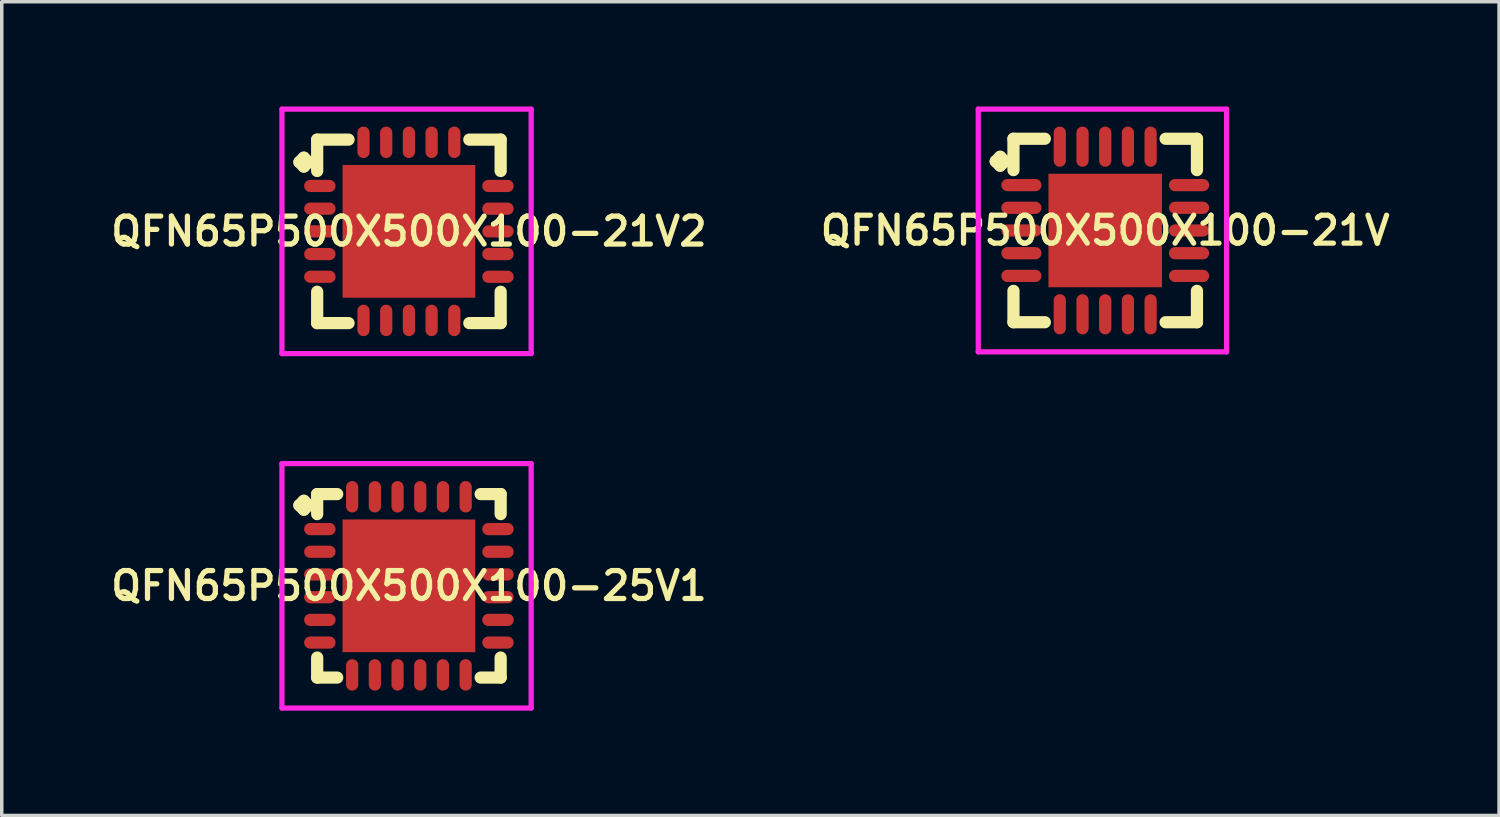
<source format=kicad_pcb>
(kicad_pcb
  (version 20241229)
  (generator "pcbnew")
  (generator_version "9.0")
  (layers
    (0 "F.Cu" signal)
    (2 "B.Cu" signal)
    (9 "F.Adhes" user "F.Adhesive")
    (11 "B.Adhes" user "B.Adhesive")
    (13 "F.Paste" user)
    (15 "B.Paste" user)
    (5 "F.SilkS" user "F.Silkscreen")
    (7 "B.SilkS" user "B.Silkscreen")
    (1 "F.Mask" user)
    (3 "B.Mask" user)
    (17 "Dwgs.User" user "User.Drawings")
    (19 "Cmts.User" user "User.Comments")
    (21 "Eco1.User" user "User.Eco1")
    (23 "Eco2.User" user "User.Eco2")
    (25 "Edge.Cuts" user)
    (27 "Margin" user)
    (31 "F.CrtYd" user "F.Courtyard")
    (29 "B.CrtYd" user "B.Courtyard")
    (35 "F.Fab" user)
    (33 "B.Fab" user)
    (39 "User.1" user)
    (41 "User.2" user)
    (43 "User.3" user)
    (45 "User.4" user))
  (footprint "QFN65P500X500X100-21V2"
    (layer "F.Cu")
    (at 8.659 3.575)
    (property "Reference" "QFN65P500X500X100-21V2" (at 0 0 0) (layer "F.SilkS") (effects (font (size 0.8 0.8) (thickness 0.15))))
    (attr smd)
    (fp_line (start -3.135 -1.983) (end -3.008 -2.11) (stroke (width 0.35) (type solid)) (layer "F.SilkS"))
    (fp_line (start -3.008 -2.11) (end -2.881 -1.983) (stroke (width 0.35) (type solid)) (layer "F.SilkS"))
    (fp_line (start -3.008 -1.856) (end -3.135 -1.983) (stroke (width 0.35) (type solid)) (layer "F.SilkS"))
    (fp_line (start -2.881 -1.983) (end -3.008 -1.856) (stroke (width 0.35) (type solid)) (layer "F.SilkS"))
    (fp_line (start -2.627 -2.627) (end -1.729 -2.627) (stroke (width 0.35) (type solid)) (layer "F.SilkS"))
    (fp_line (start -2.627 -1.729) (end -2.627 -2.627) (stroke (width 0.35) (type solid)) (layer "F.SilkS"))
    (fp_line (start -2.627 1.729) (end -2.627 2.627) (stroke (width 0.35) (type solid)) (layer "F.SilkS"))
    (fp_line (start -2.627 2.627) (end -1.729 2.627) (stroke (width 0.35) (type solid)) (layer "F.SilkS"))
    (fp_line (start 1.729 -2.627) (end 2.627 -2.627) (stroke (width 0.35) (type solid)) (layer "F.SilkS"))
    (fp_line (start 1.729 2.627) (end 2.627 2.627) (stroke (width 0.35) (type solid)) (layer "F.SilkS"))
    (fp_line (start 2.627 -2.627) (end 2.627 -1.729) (stroke (width 0.35) (type solid)) (layer "F.SilkS"))
    (fp_line (start 2.627 2.627) (end 2.627 1.729) (stroke (width 0.35) (type solid)) (layer "F.SilkS"))
    (fp_line (start -3.635 -3.5) (end 3.5 -3.5) (stroke (width 0.15) (type solid)) (layer "F.CrtYd"))
    (fp_line (start -3.635 3.5) (end -3.635 -3.5) (stroke (width 0.15) (type solid)) (layer "F.CrtYd"))
    (fp_line (start 3.5 -3.5) (end 3.5 3.5) (stroke (width 0.15) (type solid)) (layer "F.CrtYd"))
    (fp_line (start 3.5 3.5) (end -3.635 3.5) (stroke (width 0.15) (type solid)) (layer "F.CrtYd"))
    (pad "1" smd oval (at -2.55 -1.3) (size 0.9 0.35) (layers "F.Cu" "F.Mask" "F.Paste"))
    (pad "2" smd oval (at -2.55 -0.65) (size 0.9 0.35) (layers "F.Cu" "F.Mask" "F.Paste"))
    (pad "3" smd oval (at -2.55 0) (size 0.9 0.35) (layers "F.Cu" "F.Mask" "F.Paste"))
    (pad "4" smd oval (at -2.55 0.65) (size 0.9 0.35) (layers "F.Cu" "F.Mask" "F.Paste"))
    (pad "5" smd oval (at -2.55 1.3) (size 0.9 0.35) (layers "F.Cu" "F.Mask" "F.Paste"))
    (pad "6" smd oval (at -1.3 2.55) (size 0.35 0.9) (layers "F.Cu" "F.Mask" "F.Paste"))
    (pad "7" smd oval (at -0.65 2.55) (size 0.35 0.9) (layers "F.Cu" "F.Mask" "F.Paste"))
    (pad "8" smd oval (at 0 2.55) (size 0.35 0.9) (layers "F.Cu" "F.Mask" "F.Paste"))
    (pad "9" smd oval (at 0.65 2.55) (size 0.35 0.9) (layers "F.Cu" "F.Mask" "F.Paste"))
    (pad "10" smd oval (at 1.3 2.55) (size 0.35 0.9) (layers "F.Cu" "F.Mask" "F.Paste"))
    (pad "11" smd oval (at 2.55 1.3) (size 0.9 0.35) (layers "F.Cu" "F.Mask" "F.Paste"))
    (pad "12" smd oval (at 2.55 0.65) (size 0.9 0.35) (layers "F.Cu" "F.Mask" "F.Paste"))
    (pad "13" smd oval (at 2.55 0) (size 0.9 0.35) (layers "F.Cu" "F.Mask" "F.Paste"))
    (pad "14" smd oval (at 2.55 -0.65) (size 0.9 0.35) (layers "F.Cu" "F.Mask" "F.Paste"))
    (pad "15" smd oval (at 2.55 -1.3) (size 0.9 0.35) (layers "F.Cu" "F.Mask" "F.Paste"))
    (pad "16" smd oval (at 1.3 -2.55) (size 0.35 0.9) (layers "F.Cu" "F.Mask" "F.Paste"))
    (pad "17" smd oval (at 0.65 -2.55) (size 0.35 0.9) (layers "F.Cu" "F.Mask" "F.Paste"))
    (pad "18" smd oval (at 0 -2.55) (size 0.35 0.9) (layers "F.Cu" "F.Mask" "F.Paste"))
    (pad "19" smd oval (at -0.65 -2.55) (size 0.35 0.9) (layers "F.Cu" "F.Mask" "F.Paste"))
    (pad "20" smd oval (at -1.3 -2.55) (size 0.35 0.9) (layers "F.Cu" "F.Mask" "F.Paste"))
    (pad "21" smd rect (at 0 0) (size 3.8 3.8) (layers "F.Cu" "F.Mask" "F.Paste")))
  (footprint "QFN65P500X500X100-21V"
    (layer "F.Cu")
    (at 28.597 3.55)
    (property "Reference" "QFN65P500X500X100-21V" (at 0 0 0) (layer "F.SilkS") (effects (font (size 0.8 0.8) (thickness 0.15))))
    (attr smd)
    (fp_line (start -3.135 -1.983) (end -3.008 -2.11) (stroke (width 0.35) (type solid)) (layer "F.SilkS"))
    (fp_line (start -3.008 -2.11) (end -2.881 -1.983) (stroke (width 0.35) (type solid)) (layer "F.SilkS"))
    (fp_line (start -3.008 -1.856) (end -3.135 -1.983) (stroke (width 0.35) (type solid)) (layer "F.SilkS"))
    (fp_line (start -2.881 -1.983) (end -3.008 -1.856) (stroke (width 0.35) (type solid)) (layer "F.SilkS"))
    (fp_line (start -2.627 -2.627) (end -1.729 -2.627) (stroke (width 0.35) (type solid)) (layer "F.SilkS"))
    (fp_line (start -2.627 -1.729) (end -2.627 -2.627) (stroke (width 0.35) (type solid)) (layer "F.SilkS"))
    (fp_line (start -2.627 1.729) (end -2.627 2.627) (stroke (width 0.35) (type solid)) (layer "F.SilkS"))
    (fp_line (start -2.627 2.627) (end -1.729 2.627) (stroke (width 0.35) (type solid)) (layer "F.SilkS"))
    (fp_line (start 1.729 -2.627) (end 2.627 -2.627) (stroke (width 0.35) (type solid)) (layer "F.SilkS"))
    (fp_line (start 1.729 2.627) (end 2.627 2.627) (stroke (width 0.35) (type solid)) (layer "F.SilkS"))
    (fp_line (start 2.627 -2.627) (end 2.627 -1.729) (stroke (width 0.35) (type solid)) (layer "F.SilkS"))
    (fp_line (start 2.627 2.627) (end 2.627 1.729) (stroke (width 0.35) (type solid)) (layer "F.SilkS"))
    (fp_line (start -3.635 -3.475) (end 3.475 -3.475) (stroke (width 0.15) (type solid)) (layer "F.CrtYd"))
    (fp_line (start -3.635 3.475) (end -3.635 -3.475) (stroke (width 0.15) (type solid)) (layer "F.CrtYd"))
    (fp_line (start 3.475 -3.475) (end 3.475 3.475) (stroke (width 0.15) (type solid)) (layer "F.CrtYd"))
    (fp_line (start 3.475 3.475) (end -3.635 3.475) (stroke (width 0.15) (type solid)) (layer "F.CrtYd"))
    (pad "1" smd oval (at -2.4 -1.3) (size 1.15 0.35) (layers "F.Cu" "F.Mask" "F.Paste"))
    (pad "2" smd oval (at -2.4 -0.65) (size 1.15 0.35) (layers "F.Cu" "F.Mask" "F.Paste"))
    (pad "3" smd oval (at -2.4 0) (size 1.15 0.35) (layers "F.Cu" "F.Mask" "F.Paste"))
    (pad "4" smd oval (at -2.4 0.65) (size 1.15 0.35) (layers "F.Cu" "F.Mask" "F.Paste"))
    (pad "5" smd oval (at -2.4 1.3) (size 1.15 0.35) (layers "F.Cu" "F.Mask" "F.Paste"))
    (pad "6" smd oval (at -1.3 2.4) (size 0.35 1.15) (layers "F.Cu" "F.Mask" "F.Paste"))
    (pad "7" smd oval (at -0.65 2.4) (size 0.35 1.15) (layers "F.Cu" "F.Mask" "F.Paste"))
    (pad "8" smd oval (at 0 2.4) (size 0.35 1.15) (layers "F.Cu" "F.Mask" "F.Paste"))
    (pad "9" smd oval (at 0.65 2.4) (size 0.35 1.15) (layers "F.Cu" "F.Mask" "F.Paste"))
    (pad "10" smd oval (at 1.3 2.4) (size 0.35 1.15) (layers "F.Cu" "F.Mask" "F.Paste"))
    (pad "11" smd oval (at 2.4 1.3) (size 1.15 0.35) (layers "F.Cu" "F.Mask" "F.Paste"))
    (pad "12" smd oval (at 2.4 0.65) (size 1.15 0.35) (layers "F.Cu" "F.Mask" "F.Paste"))
    (pad "13" smd oval (at 2.4 0) (size 1.15 0.35) (layers "F.Cu" "F.Mask" "F.Paste"))
    (pad "14" smd oval (at 2.4 -0.65) (size 1.15 0.35) (layers "F.Cu" "F.Mask" "F.Paste"))
    (pad "15" smd oval (at 2.4 -1.3) (size 1.15 0.35) (layers "F.Cu" "F.Mask" "F.Paste"))
    (pad "16" smd oval (at 1.3 -2.4) (size 0.35 1.15) (layers "F.Cu" "F.Mask" "F.Paste"))
    (pad "17" smd oval (at 0.65 -2.4) (size 0.35 1.15) (layers "F.Cu" "F.Mask" "F.Paste"))
    (pad "18" smd oval (at 0 -2.4) (size 0.35 1.15) (layers "F.Cu" "F.Mask" "F.Paste"))
    (pad "19" smd oval (at -0.65 -2.4) (size 0.35 1.15) (layers "F.Cu" "F.Mask" "F.Paste"))
    (pad "20" smd oval (at -1.3 -2.4) (size 0.35 1.15) (layers "F.Cu" "F.Mask" "F.Paste"))
    (pad "21" smd rect (at 0 0) (size 3.25 3.25) (layers "F.Cu" "F.Mask" "F.Paste")))
  (footprint "QFN65P500X500X100-25V1"
    (layer "F.Cu")
    (at 8.659 13.725)
    (property "Reference" "QFN65P500X500X100-25V1" (at 0 0 0) (layer "F.SilkS") (effects (font (size 0.8 0.8) (thickness 0.15))))
    (attr smd)
    (fp_line (start -3.135 -2.308) (end -3.008 -2.435) (stroke (width 0.35) (type solid)) (layer "F.SilkS"))
    (fp_line (start -3.008 -2.435) (end -2.881 -2.308) (stroke (width 0.35) (type solid)) (layer "F.SilkS"))
    (fp_line (start -3.008 -2.181) (end -3.135 -2.308) (stroke (width 0.35) (type solid)) (layer "F.SilkS"))
    (fp_line (start -2.881 -2.308) (end -3.008 -2.181) (stroke (width 0.35) (type solid)) (layer "F.SilkS"))
    (fp_line (start -2.627 -2.627) (end -2.054 -2.627) (stroke (width 0.35) (type solid)) (layer "F.SilkS"))
    (fp_line (start -2.627 -2.054) (end -2.627 -2.627) (stroke (width 0.35) (type solid)) (layer "F.SilkS"))
    (fp_line (start -2.627 2.054) (end -2.627 2.627) (stroke (width 0.35) (type solid)) (layer "F.SilkS"))
    (fp_line (start -2.627 2.627) (end -2.054 2.627) (stroke (width 0.35) (type solid)) (layer "F.SilkS"))
    (fp_line (start 2.054 -2.627) (end 2.627 -2.627) (stroke (width 0.35) (type solid)) (layer "F.SilkS"))
    (fp_line (start 2.054 2.627) (end 2.627 2.627) (stroke (width 0.35) (type solid)) (layer "F.SilkS"))
    (fp_line (start 2.627 -2.627) (end 2.627 -2.054) (stroke (width 0.35) (type solid)) (layer "F.SilkS"))
    (fp_line (start 2.627 2.627) (end 2.627 2.054) (stroke (width 0.35) (type solid)) (layer "F.SilkS"))
    (fp_line (start -3.635 -3.5) (end 3.5 -3.5) (stroke (width 0.15) (type solid)) (layer "F.CrtYd"))
    (fp_line (start -3.635 3.5) (end -3.635 -3.5) (stroke (width 0.15) (type solid)) (layer "F.CrtYd"))
    (fp_line (start 3.5 -3.5) (end 3.5 3.5) (stroke (width 0.15) (type solid)) (layer "F.CrtYd"))
    (fp_line (start 3.5 3.5) (end -3.635 3.5) (stroke (width 0.15) (type solid)) (layer "F.CrtYd"))
    (pad "1" smd oval (at -2.55 -1.625) (size 0.9 0.35) (layers "F.Cu" "F.Mask" "F.Paste"))
    (pad "2" smd oval (at -2.55 -0.975) (size 0.9 0.35) (layers "F.Cu" "F.Mask" "F.Paste"))
    (pad "3" smd oval (at -2.55 -0.325) (size 0.9 0.35) (layers "F.Cu" "F.Mask" "F.Paste"))
    (pad "4" smd oval (at -2.55 0.325) (size 0.9 0.35) (layers "F.Cu" "F.Mask" "F.Paste"))
    (pad "5" smd oval (at -2.55 0.975) (size 0.9 0.35) (layers "F.Cu" "F.Mask" "F.Paste"))
    (pad "6" smd oval (at -2.55 1.625) (size 0.9 0.35) (layers "F.Cu" "F.Mask" "F.Paste"))
    (pad "7" smd oval (at -1.625 2.55) (size 0.35 0.9) (layers "F.Cu" "F.Mask" "F.Paste"))
    (pad "8" smd oval (at -0.975 2.55) (size 0.35 0.9) (layers "F.Cu" "F.Mask" "F.Paste"))
    (pad "9" smd oval (at -0.325 2.55) (size 0.35 0.9) (layers "F.Cu" "F.Mask" "F.Paste"))
    (pad "10" smd oval (at 0.325 2.55) (size 0.35 0.9) (layers "F.Cu" "F.Mask" "F.Paste"))
    (pad "11" smd oval (at 0.975 2.55) (size 0.35 0.9) (layers "F.Cu" "F.Mask" "F.Paste"))
    (pad "12" smd oval (at 1.625 2.55) (size 0.35 0.9) (layers "F.Cu" "F.Mask" "F.Paste"))
    (pad "13" smd oval (at 2.55 1.625) (size 0.9 0.35) (layers "F.Cu" "F.Mask" "F.Paste"))
    (pad "14" smd oval (at 2.55 0.975) (size 0.9 0.35) (layers "F.Cu" "F.Mask" "F.Paste"))
    (pad "15" smd oval (at 2.55 0.325) (size 0.9 0.35) (layers "F.Cu" "F.Mask" "F.Paste"))
    (pad "16" smd oval (at 2.55 -0.325) (size 0.9 0.35) (layers "F.Cu" "F.Mask" "F.Paste"))
    (pad "17" smd oval (at 2.55 -0.975) (size 0.9 0.35) (layers "F.Cu" "F.Mask" "F.Paste"))
    (pad "18" smd oval (at 2.55 -1.625) (size 0.9 0.35) (layers "F.Cu" "F.Mask" "F.Paste"))
    (pad "19" smd oval (at 1.625 -2.55) (size 0.35 0.9) (layers "F.Cu" "F.Mask" "F.Paste"))
    (pad "20" smd oval (at 0.975 -2.55) (size 0.35 0.9) (layers "F.Cu" "F.Mask" "F.Paste"))
    (pad "21" smd oval (at 0.325 -2.55) (size 0.35 0.9) (layers "F.Cu" "F.Mask" "F.Paste"))
    (pad "22" smd oval (at -0.325 -2.55) (size 0.35 0.9) (layers "F.Cu" "F.Mask" "F.Paste"))
    (pad "23" smd oval (at -0.975 -2.55) (size 0.35 0.9) (layers "F.Cu" "F.Mask" "F.Paste"))
    (pad "24" smd oval (at -1.625 -2.55) (size 0.35 0.9) (layers "F.Cu" "F.Mask" "F.Paste"))
    (pad "25" smd rect (at 0 0) (size 3.8 3.8) (layers "F.Cu" "F.Mask" "F.Paste")))
  (gr_rect
    (start -3 -3)
    (end 39.875 20.3)
    (stroke (width 0.1) (type default))
    (fill no)
    (layer "Edge.Cuts")))
</source>
